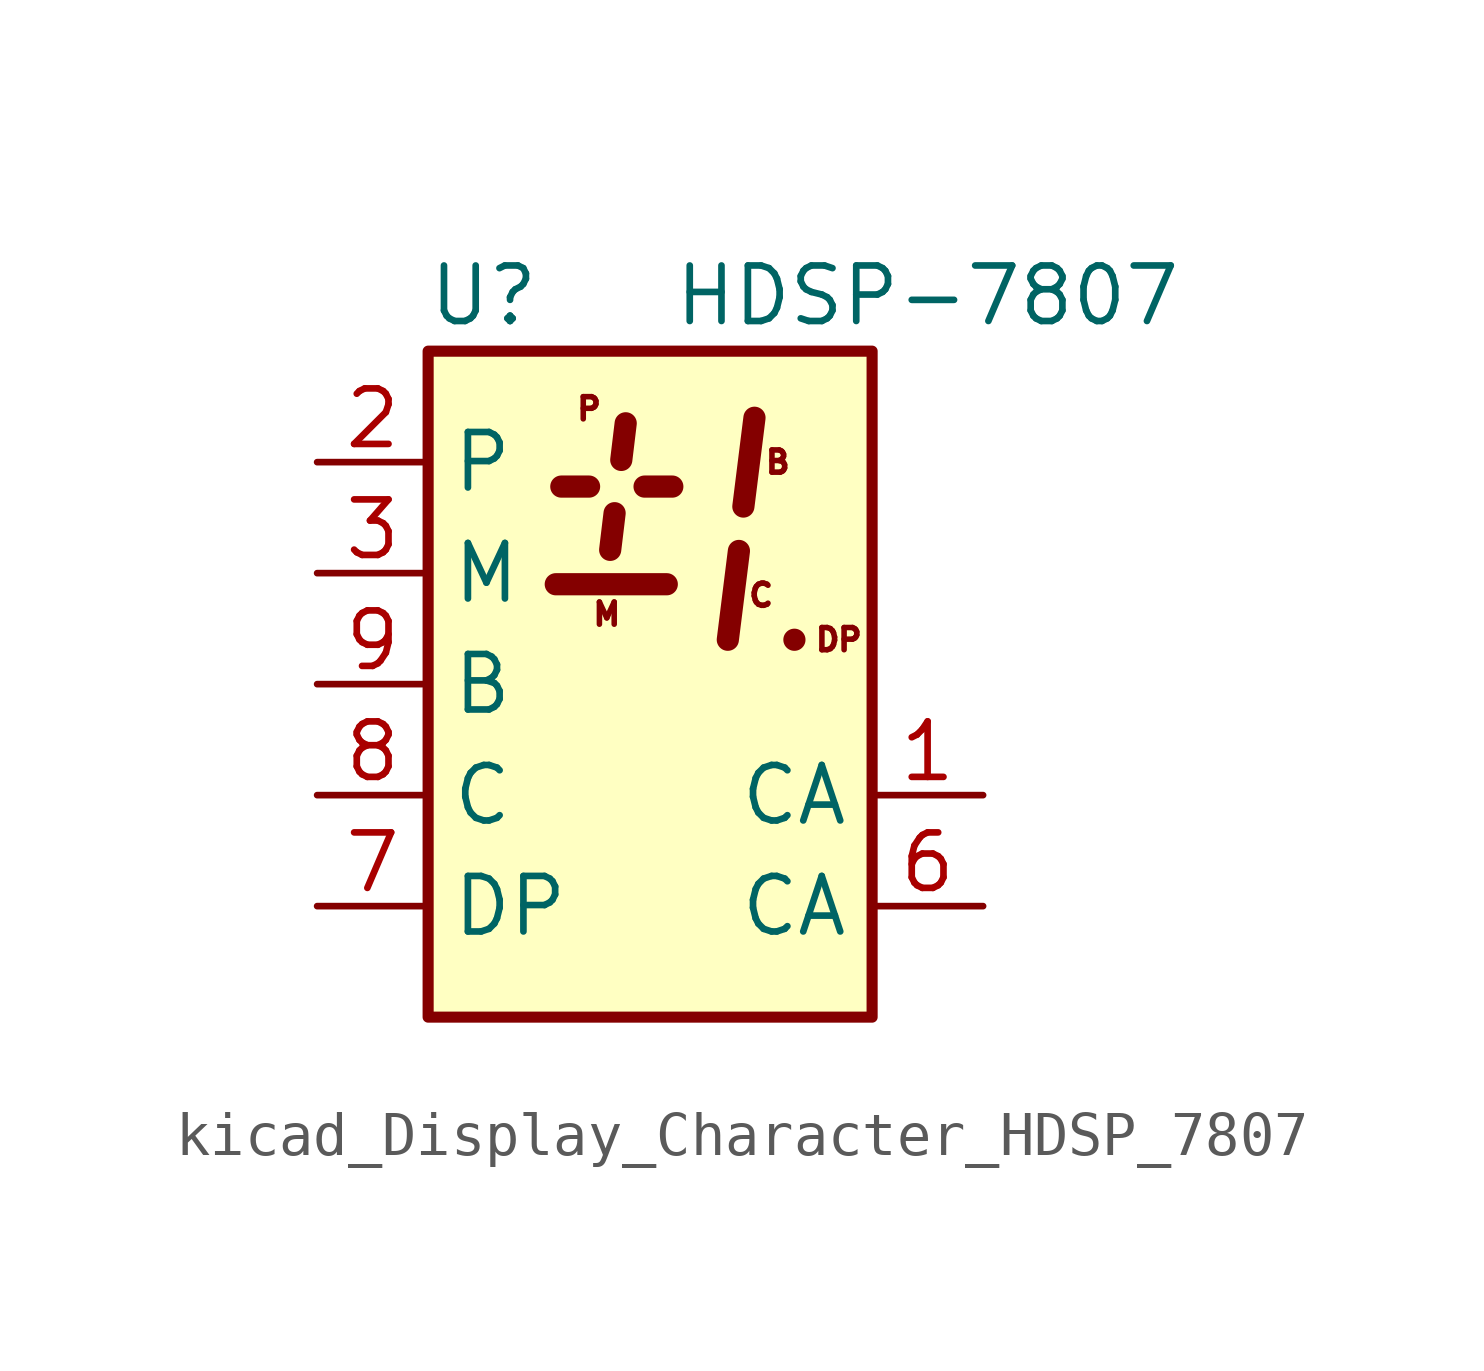
<source format=kicad_sym>
(kicad_symbol_lib
  (version 20220914)
  (generator kicad_symbol_editor)
  (symbol "kicad_Display_Character_HDSP_7807"
    (property "Reference" "U"
      (at -3.81 8.89 0)
      (effects (font (size 1.27 1.27))))
    (property "Value" "HDSP-7807"
      (at 6.35 8.89 0)
      (effects (font (size 1.27 1.27))))
    (symbol "kicad_Display_Character_HDSP_7807_0_1"
      (polyline (pts (xy -2.159 2.286) (xy 0.381 2.286)) (stroke (width 0.508) (type default)) (fill (type none))))
    (symbol "kicad_Display_Character_HDSP_7807_1_0"
      (text "B" (at 2.921 5.08 0) (effects (font (size 0.508 0.508))))
      (text "C" (at 2.54 2.032 0) (effects (font (size 0.508 0.508))))
      (text "DP" (at 4.318 1.016 0) (effects (font (size 0.508 0.508))))
      (text "M" (at -0.991 1.6 0) (effects (font (size 0.508 0.508))))
      (text "P" (at -1.397 6.299 0) (effects (font (size 0.508 0.508)))))
    (symbol "kicad_Display_Character_HDSP_7807_1_1"
      (rectangle (start -5.08 7.62) (end 5.08 -7.62) (stroke (width 0.254) (type default)) (fill (type background)))
      (polyline (pts (xy -2.032 4.521) (xy -1.397 4.521)) (stroke (width 0.508) (type default)) (fill (type none)))
      (polyline (pts (xy -0.914 3.073) (xy -0.813 3.912)) (stroke (width 0.508) (type default)) (fill (type none)))
      (polyline (pts (xy -0.559 5.969) (xy -0.66 5.131)) (stroke (width 0.508) (type default)) (fill (type none)))
      (polyline (pts (xy -0.127 4.521) (xy 0.508 4.521)) (stroke (width 0.508) (type default)) (fill (type none)))
      (polyline (pts (xy 2.032 3.048) (xy 1.778 1.016)) (stroke (width 0.508) (type default)) (fill (type none)))
      (polyline (pts (xy 2.388 6.096) (xy 2.134 4.064)) (stroke (width 0.508) (type default)) (fill (type none)))
      (polyline (pts (xy 3.302 1.016) (xy 3.302 1.016)) (stroke (width 0.508) (type default)) (fill (type none)))
      (pin input line (at 7.62 -2.54 180) (length 2.54) (name "CA" (effects (font (size 1.27 1.27)))) (number "1" (effects (font (size 1.27 1.27)))))
      (pin no_connect line (at 0 -7.62 90) (length 2.54) hide (name "NC" (effects (font (size 1.27 1.27)))) (number "10" (effects (font (size 1.27 1.27)))))
      (pin input line (at -7.62 5.08 0) (length 2.54) (name "P" (effects (font (size 1.27 1.27)))) (number "2" (effects (font (size 1.27 1.27)))))
      (pin input line (at -7.62 2.54 0) (length 2.54) (name "M" (effects (font (size 1.27 1.27)))) (number "3" (effects (font (size 1.27 1.27)))))
      (pin no_connect line (at 5.08 5.08 180) (length 2.54) hide (name "NC" (effects (font (size 1.27 1.27)))) (number "4" (effects (font (size 1.27 1.27)))))
      (pin no_connect line (at 5.08 2.54 180) (length 2.54) hide (name "NC" (effects (font (size 1.27 1.27)))) (number "5" (effects (font (size 1.27 1.27)))))
      (pin input line (at 7.62 -5.08 180) (length 2.54) (name "CA" (effects (font (size 1.27 1.27)))) (number "6" (effects (font (size 1.27 1.27)))))
      (pin input line (at -7.62 -5.08 0) (length 2.54) (name "DP" (effects (font (size 1.27 1.27)))) (number "7" (effects (font (size 1.27 1.27)))))
      (pin input line (at -7.62 -2.54 0) (length 2.54) (name "C" (effects (font (size 1.27 1.27)))) (number "8" (effects (font (size 1.27 1.27)))))
      (pin input line (at -7.62 0 0) (length 2.54) (name "B" (effects (font (size 1.27 1.27)))) (number "9" (effects (font (size 1.27 1.27))))))))
</source>
